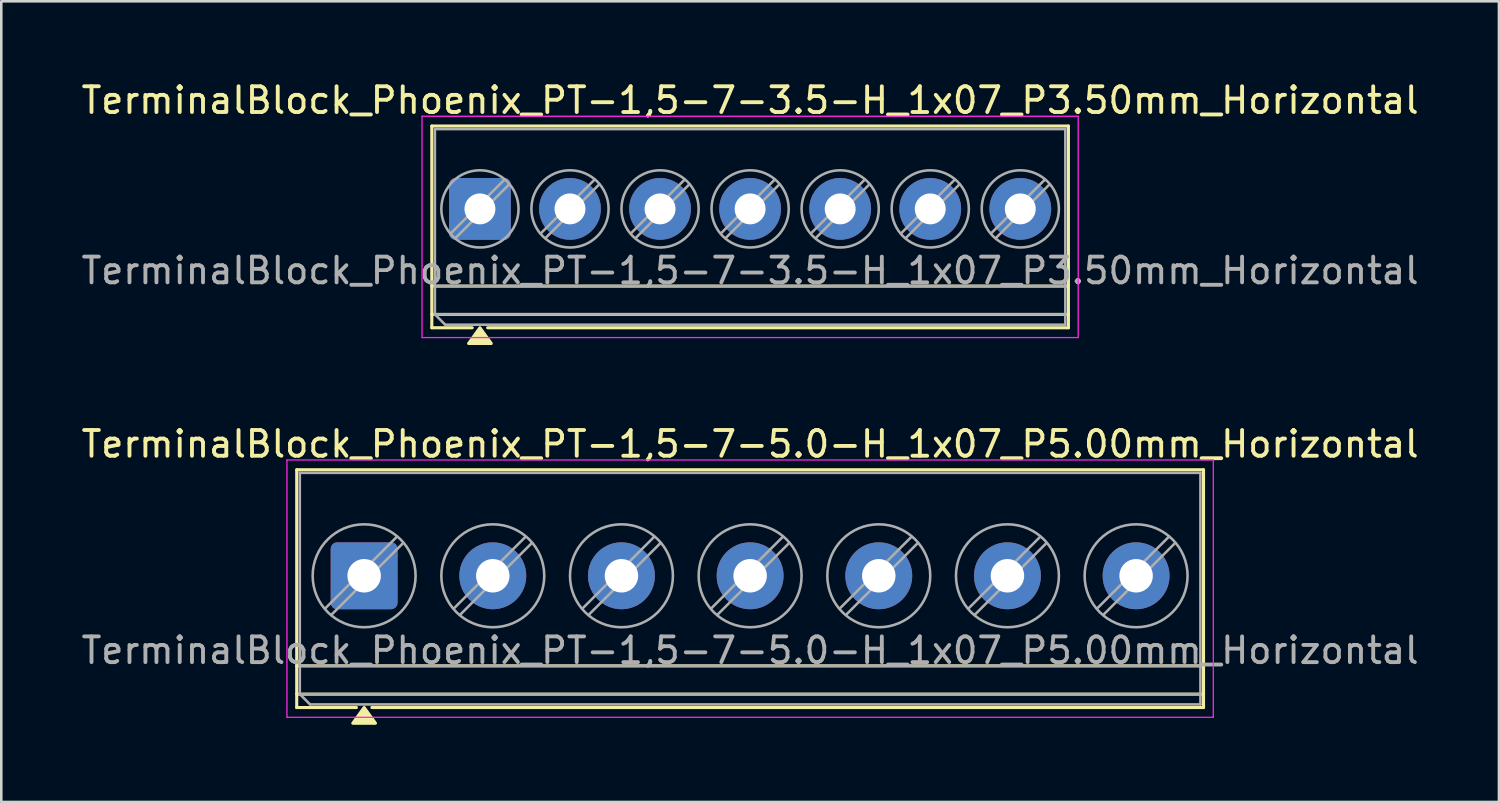
<source format=kicad_pcb>
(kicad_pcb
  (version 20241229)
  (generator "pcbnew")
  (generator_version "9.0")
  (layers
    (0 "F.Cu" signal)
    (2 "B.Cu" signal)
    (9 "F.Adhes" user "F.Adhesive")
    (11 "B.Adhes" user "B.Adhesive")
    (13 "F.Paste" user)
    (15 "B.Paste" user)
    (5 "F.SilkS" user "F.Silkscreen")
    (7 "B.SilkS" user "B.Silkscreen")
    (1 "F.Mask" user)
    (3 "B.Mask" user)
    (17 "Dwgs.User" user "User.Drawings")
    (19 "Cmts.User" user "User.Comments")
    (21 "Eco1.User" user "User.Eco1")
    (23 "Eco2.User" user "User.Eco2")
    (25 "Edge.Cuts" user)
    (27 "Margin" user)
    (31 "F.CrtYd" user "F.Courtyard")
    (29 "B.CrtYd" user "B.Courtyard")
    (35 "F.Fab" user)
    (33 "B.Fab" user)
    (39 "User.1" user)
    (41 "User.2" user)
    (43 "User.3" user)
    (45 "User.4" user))
  (footprint "TerminalBlock_Phoenix_PT-1,5-7-5.0-H_1x07_P5.00mm_Horizontal"
    (layer "F.Cu")
    (at 11.101 19.326)
    (property "Reference" "TerminalBlock_Phoenix_PT-1,5-7-5.0-H_1x07_P5.00mm_Horizontal" (at 15 -5.12 0) (layer "F.SilkS") (effects (font (size 1 1) (thickness 0.15))))
    (attr through_hole)
    (fp_line (start -2.62 -4.12) (end -2.62 5.12) (stroke (width 0.12) (type solid)) (layer "F.SilkS"))
    (fp_line (start -2.62 -4.12) (end 32.62 -4.12) (stroke (width 0.12) (type solid)) (layer "F.SilkS"))
    (fp_line (start -2.62 3.5) (end 32.62 3.5) (stroke (width 0.12) (type solid)) (layer "F.SilkS"))
    (fp_line (start -2.62 4.6) (end 32.62 4.6) (stroke (width 0.12) (type solid)) (layer "F.SilkS"))
    (fp_line (start -2.62 5.12) (end -0.3 5.12) (stroke (width 0.12) (type solid)) (layer "F.SilkS"))
    (fp_line (start 0.3 5.12) (end 32.62 5.12) (stroke (width 0.12) (type solid)) (layer "F.SilkS"))
    (fp_line (start 32.62 -4.12) (end 32.62 5.12) (stroke (width 0.12) (type solid)) (layer "F.SilkS"))
    (fp_poly (pts (xy 0 5.12) (xy 0.44 5.73) (xy -0.44 5.73)) (stroke (width 0.12) (type solid)) (fill yes) (layer "F.SilkS"))
    (fp_line (start -3 -4.5) (end -3 5.5) (stroke (width 0.05) (type solid)) (layer "F.CrtYd"))
    (fp_line (start -3 5.5) (end 33 5.5) (stroke (width 0.05) (type solid)) (layer "F.CrtYd"))
    (fp_line (start 33 -4.5) (end -3 -4.5) (stroke (width 0.05) (type solid)) (layer "F.CrtYd"))
    (fp_line (start 33 5.5) (end 33 -4.5) (stroke (width 0.05) (type solid)) (layer "F.CrtYd"))
    (fp_line (start -2.5 -4) (end 32.5 -4) (stroke (width 0.1) (type solid)) (layer "F.Fab"))
    (fp_line (start -2.5 3.5) (end 32.5 3.5) (stroke (width 0.1) (type solid)) (layer "F.Fab"))
    (fp_line (start -2.5 4.6) (end -2.5 -4) (stroke (width 0.1) (type solid)) (layer "F.Fab"))
    (fp_line (start -2.5 4.6) (end 32.5 4.6) (stroke (width 0.1) (type solid)) (layer "F.Fab"))
    (fp_line (start -2.1 5) (end -2.5 4.6) (stroke (width 0.1) (type solid)) (layer "F.Fab"))
    (fp_line (start 1.273 -1.517) (end -1.517 1.273) (stroke (width 0.1) (type solid)) (layer "F.Fab"))
    (fp_line (start 1.517 -1.273) (end -1.273 1.517) (stroke (width 0.1) (type solid)) (layer "F.Fab"))
    (fp_line (start 6.273 -1.517) (end 3.483 1.273) (stroke (width 0.1) (type solid)) (layer "F.Fab"))
    (fp_line (start 6.517 -1.273) (end 3.727 1.517) (stroke (width 0.1) (type solid)) (layer "F.Fab"))
    (fp_line (start 11.273 -1.517) (end 8.483 1.273) (stroke (width 0.1) (type solid)) (layer "F.Fab"))
    (fp_line (start 11.517 -1.273) (end 8.727 1.517) (stroke (width 0.1) (type solid)) (layer "F.Fab"))
    (fp_line (start 16.273 -1.517) (end 13.483 1.273) (stroke (width 0.1) (type solid)) (layer "F.Fab"))
    (fp_line (start 16.517 -1.273) (end 13.727 1.517) (stroke (width 0.1) (type solid)) (layer "F.Fab"))
    (fp_line (start 21.273 -1.517) (end 18.483 1.273) (stroke (width 0.1) (type solid)) (layer "F.Fab"))
    (fp_line (start 21.517 -1.273) (end 18.727 1.517) (stroke (width 0.1) (type solid)) (layer "F.Fab"))
    (fp_line (start 26.273 -1.517) (end 23.483 1.273) (stroke (width 0.1) (type solid)) (layer "F.Fab"))
    (fp_line (start 26.517 -1.273) (end 23.727 1.517) (stroke (width 0.1) (type solid)) (layer "F.Fab"))
    (fp_line (start 31.273 -1.517) (end 28.483 1.273) (stroke (width 0.1) (type solid)) (layer "F.Fab"))
    (fp_line (start 31.517 -1.273) (end 28.727 1.517) (stroke (width 0.1) (type solid)) (layer "F.Fab"))
    (fp_line (start 32.5 -4) (end 32.5 5) (stroke (width 0.1) (type solid)) (layer "F.Fab"))
    (fp_line (start 32.5 5) (end -2.1 5) (stroke (width 0.1) (type solid)) (layer "F.Fab"))
    (fp_circle (center 0 0) (end 2 0) (stroke (width 0.1) (type solid)) (fill no) (layer "F.Fab"))
    (fp_circle (center 5 0) (end 7 0) (stroke (width 0.1) (type solid)) (fill no) (layer "F.Fab"))
    (fp_circle (center 10 0) (end 12 0) (stroke (width 0.1) (type solid)) (fill no) (layer "F.Fab"))
    (fp_circle (center 15 0) (end 17 0) (stroke (width 0.1) (type solid)) (fill no) (layer "F.Fab"))
    (fp_circle (center 20 0) (end 22 0) (stroke (width 0.1) (type solid)) (fill no) (layer "F.Fab"))
    (fp_circle (center 25 0) (end 27 0) (stroke (width 0.1) (type solid)) (fill no) (layer "F.Fab"))
    (fp_circle (center 30 0) (end 32 0) (stroke (width 0.1) (type solid)) (fill no) (layer "F.Fab"))
    (fp_text user "${REFERENCE}" (at 15 2.9 0) (layer "F.Fab") (effects (font (size 1 1) (thickness 0.15))))
    (pad "1" thru_hole roundrect (at 0 0) (size 2.6 2.6) (drill 1.3) (layers "*.Cu" "*.Mask") (roundrect_rratio 0.096))
    (pad "2" thru_hole circle (at 5 0) (size 2.6 2.6) (drill 1.3) (layers "*.Cu" "*.Mask"))
    (pad "3" thru_hole circle (at 10 0) (size 2.6 2.6) (drill 1.3) (layers "*.Cu" "*.Mask"))
    (pad "4" thru_hole circle (at 15 0) (size 2.6 2.6) (drill 1.3) (layers "*.Cu" "*.Mask"))
    (pad "5" thru_hole circle (at 20 0) (size 2.6 2.6) (drill 1.3) (layers "*.Cu" "*.Mask"))
    (pad "6" thru_hole circle (at 25 0) (size 2.6 2.6) (drill 1.3) (layers "*.Cu" "*.Mask"))
    (pad "7" thru_hole circle (at 30 0) (size 2.6 2.6) (drill 1.3) (layers "*.Cu" "*.Mask")))
  (footprint "TerminalBlock_Phoenix_PT-1,5-7-3.5-H_1x07_P3.50mm_Horizontal"
    (layer "F.Cu")
    (at 15.601 5.068)
    (property "Reference" "TerminalBlock_Phoenix_PT-1,5-7-3.5-H_1x07_P3.50mm_Horizontal" (at 10.5 -4.22 0) (layer "F.SilkS") (effects (font (size 1 1) (thickness 0.15))))
    (attr through_hole)
    (fp_line (start -1.87 -3.22) (end -1.87 4.62) (stroke (width 0.12) (type solid)) (layer "F.SilkS"))
    (fp_line (start -1.87 -3.22) (end 22.87 -3.22) (stroke (width 0.12) (type solid)) (layer "F.SilkS"))
    (fp_line (start -1.87 3) (end 22.87 3) (stroke (width 0.12) (type solid)) (layer "F.SilkS"))
    (fp_line (start -1.87 4.1) (end 22.87 4.1) (stroke (width 0.12) (type solid)) (layer "F.SilkS"))
    (fp_line (start -1.87 4.62) (end -0.3 4.62) (stroke (width 0.12) (type solid)) (layer "F.SilkS"))
    (fp_line (start 0.3 4.62) (end 22.87 4.62) (stroke (width 0.12) (type solid)) (layer "F.SilkS"))
    (fp_line (start 22.87 -3.22) (end 22.87 4.62) (stroke (width 0.12) (type solid)) (layer "F.SilkS"))
    (fp_poly (pts (xy 0 4.62) (xy 0.44 5.23) (xy -0.44 5.23)) (stroke (width 0.12) (type solid)) (fill yes) (layer "F.SilkS"))
    (fp_line (start -2.25 -3.6) (end -2.25 5) (stroke (width 0.05) (type solid)) (layer "F.CrtYd"))
    (fp_line (start -2.25 5) (end 23.25 5) (stroke (width 0.05) (type solid)) (layer "F.CrtYd"))
    (fp_line (start 23.25 -3.6) (end -2.25 -3.6) (stroke (width 0.05) (type solid)) (layer "F.CrtYd"))
    (fp_line (start 23.25 5) (end 23.25 -3.6) (stroke (width 0.05) (type solid)) (layer "F.CrtYd"))
    (fp_line (start -1.75 -3.1) (end 22.75 -3.1) (stroke (width 0.1) (type solid)) (layer "F.Fab"))
    (fp_line (start -1.75 3) (end 22.75 3) (stroke (width 0.1) (type solid)) (layer "F.Fab"))
    (fp_line (start -1.75 4.1) (end -1.75 -3.1) (stroke (width 0.1) (type solid)) (layer "F.Fab"))
    (fp_line (start -1.75 4.1) (end 22.75 4.1) (stroke (width 0.1) (type solid)) (layer "F.Fab"))
    (fp_line (start -1.35 4.5) (end -1.75 4.1) (stroke (width 0.1) (type solid)) (layer "F.Fab"))
    (fp_line (start 0.955 -1.138) (end -1.138 0.955) (stroke (width 0.1) (type solid)) (layer "F.Fab"))
    (fp_line (start 1.138 -0.955) (end -0.955 1.138) (stroke (width 0.1) (type solid)) (layer "F.Fab"))
    (fp_line (start 4.455 -1.138) (end 2.362 0.955) (stroke (width 0.1) (type solid)) (layer "F.Fab"))
    (fp_line (start 4.638 -0.955) (end 2.545 1.138) (stroke (width 0.1) (type solid)) (layer "F.Fab"))
    (fp_line (start 7.955 -1.138) (end 5.862 0.955) (stroke (width 0.1) (type solid)) (layer "F.Fab"))
    (fp_line (start 8.138 -0.955) (end 6.045 1.138) (stroke (width 0.1) (type solid)) (layer "F.Fab"))
    (fp_line (start 11.455 -1.138) (end 9.362 0.955) (stroke (width 0.1) (type solid)) (layer "F.Fab"))
    (fp_line (start 11.638 -0.955) (end 9.545 1.138) (stroke (width 0.1) (type solid)) (layer "F.Fab"))
    (fp_line (start 14.955 -1.138) (end 12.862 0.955) (stroke (width 0.1) (type solid)) (layer "F.Fab"))
    (fp_line (start 15.138 -0.955) (end 13.045 1.138) (stroke (width 0.1) (type solid)) (layer "F.Fab"))
    (fp_line (start 18.455 -1.138) (end 16.362 0.955) (stroke (width 0.1) (type solid)) (layer "F.Fab"))
    (fp_line (start 18.638 -0.955) (end 16.545 1.138) (stroke (width 0.1) (type solid)) (layer "F.Fab"))
    (fp_line (start 21.955 -1.138) (end 19.862 0.955) (stroke (width 0.1) (type solid)) (layer "F.Fab"))
    (fp_line (start 22.138 -0.955) (end 20.045 1.138) (stroke (width 0.1) (type solid)) (layer "F.Fab"))
    (fp_line (start 22.75 -3.1) (end 22.75 4.5) (stroke (width 0.1) (type solid)) (layer "F.Fab"))
    (fp_line (start 22.75 4.5) (end -1.35 4.5) (stroke (width 0.1) (type solid)) (layer "F.Fab"))
    (fp_circle (center 0 0) (end 1.5 0) (stroke (width 0.1) (type solid)) (fill no) (layer "F.Fab"))
    (fp_circle (center 3.5 0) (end 5 0) (stroke (width 0.1) (type solid)) (fill no) (layer "F.Fab"))
    (fp_circle (center 7 0) (end 8.5 0) (stroke (width 0.1) (type solid)) (fill no) (layer "F.Fab"))
    (fp_circle (center 10.5 0) (end 12 0) (stroke (width 0.1) (type solid)) (fill no) (layer "F.Fab"))
    (fp_circle (center 14 0) (end 15.5 0) (stroke (width 0.1) (type solid)) (fill no) (layer "F.Fab"))
    (fp_circle (center 17.5 0) (end 19 0) (stroke (width 0.1) (type solid)) (fill no) (layer "F.Fab"))
    (fp_circle (center 21 0) (end 22.5 0) (stroke (width 0.1) (type solid)) (fill no) (layer "F.Fab"))
    (fp_text user "${REFERENCE}" (at 10.5 2.4 0) (layer "F.Fab") (effects (font (size 1 1) (thickness 0.15))))
    (pad "1" thru_hole roundrect (at 0 0) (size 2.4 2.4) (drill 1.2) (layers "*.Cu" "*.Mask") (roundrect_rratio 0.104))
    (pad "2" thru_hole circle (at 3.5 0) (size 2.4 2.4) (drill 1.2) (layers "*.Cu" "*.Mask"))
    (pad "3" thru_hole circle (at 7 0) (size 2.4 2.4) (drill 1.2) (layers "*.Cu" "*.Mask"))
    (pad "4" thru_hole circle (at 10.5 0) (size 2.4 2.4) (drill 1.2) (layers "*.Cu" "*.Mask"))
    (pad "5" thru_hole circle (at 14 0) (size 2.4 2.4) (drill 1.2) (layers "*.Cu" "*.Mask"))
    (pad "6" thru_hole circle (at 17.5 0) (size 2.4 2.4) (drill 1.2) (layers "*.Cu" "*.Mask"))
    (pad "7" thru_hole circle (at 21 0) (size 2.4 2.4) (drill 1.2) (layers "*.Cu" "*.Mask")))
  (gr_rect
    (start -3 -3)
    (end 55.202 28.116)
    (stroke (width 0.1) (type default))
    (fill no)
    (layer "Edge.Cuts")))
</source>
